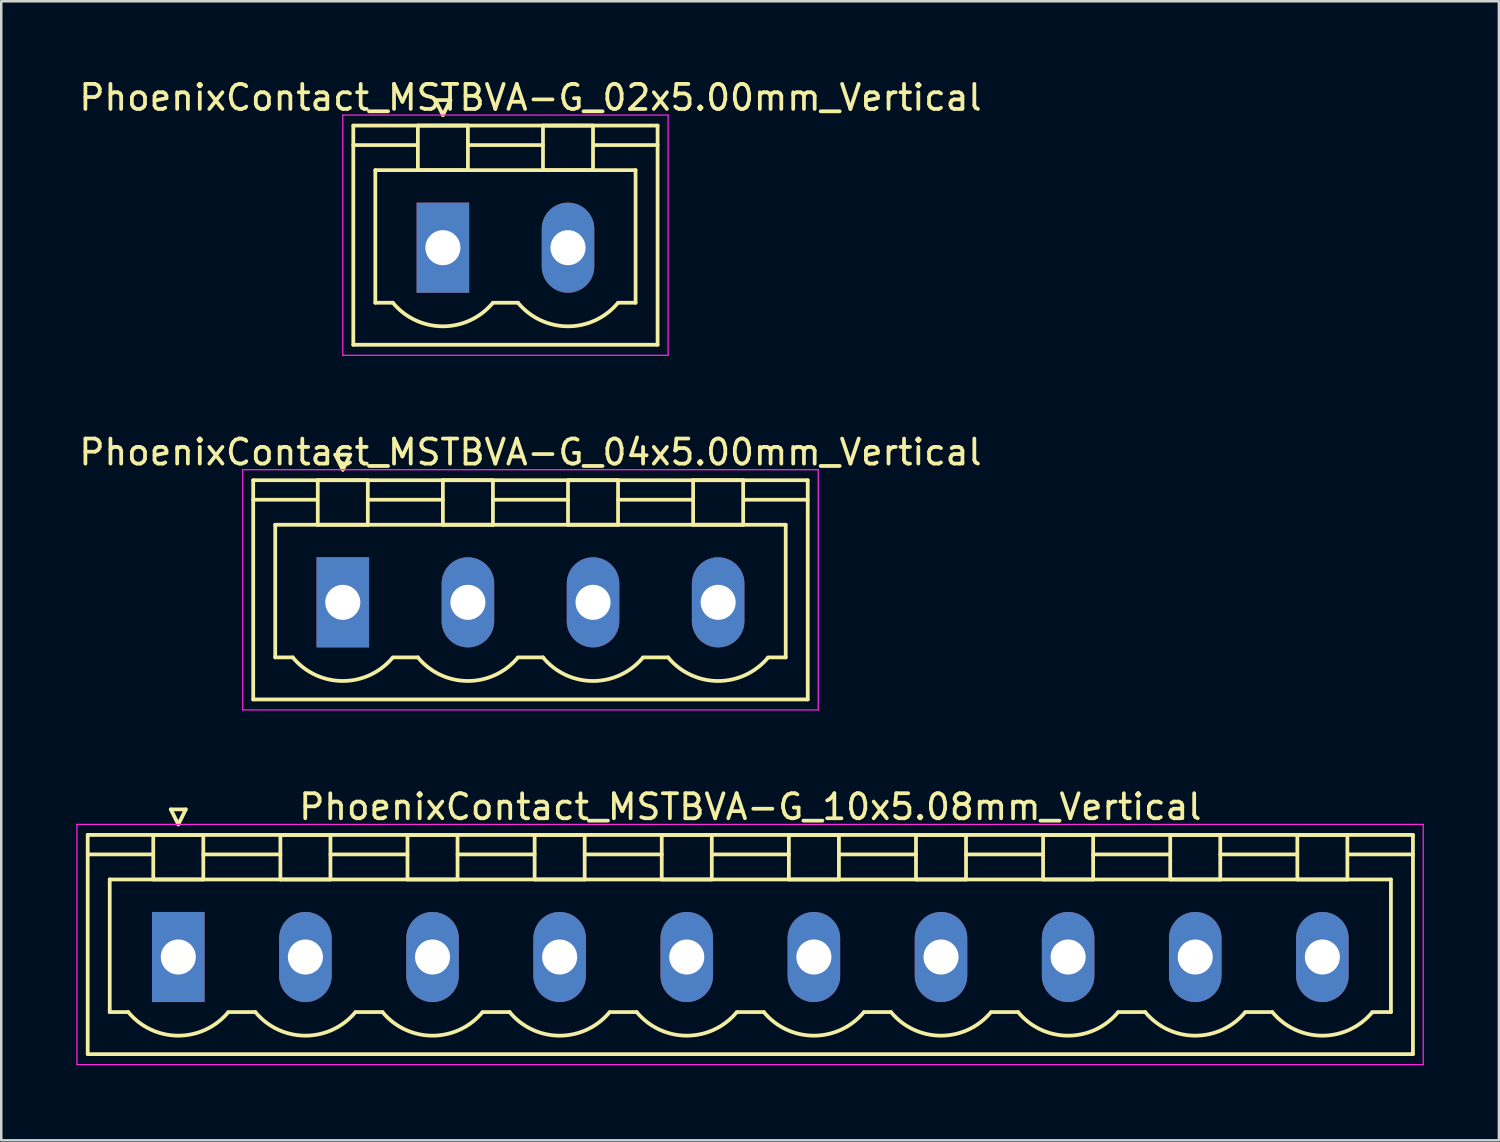
<source format=kicad_pcb>
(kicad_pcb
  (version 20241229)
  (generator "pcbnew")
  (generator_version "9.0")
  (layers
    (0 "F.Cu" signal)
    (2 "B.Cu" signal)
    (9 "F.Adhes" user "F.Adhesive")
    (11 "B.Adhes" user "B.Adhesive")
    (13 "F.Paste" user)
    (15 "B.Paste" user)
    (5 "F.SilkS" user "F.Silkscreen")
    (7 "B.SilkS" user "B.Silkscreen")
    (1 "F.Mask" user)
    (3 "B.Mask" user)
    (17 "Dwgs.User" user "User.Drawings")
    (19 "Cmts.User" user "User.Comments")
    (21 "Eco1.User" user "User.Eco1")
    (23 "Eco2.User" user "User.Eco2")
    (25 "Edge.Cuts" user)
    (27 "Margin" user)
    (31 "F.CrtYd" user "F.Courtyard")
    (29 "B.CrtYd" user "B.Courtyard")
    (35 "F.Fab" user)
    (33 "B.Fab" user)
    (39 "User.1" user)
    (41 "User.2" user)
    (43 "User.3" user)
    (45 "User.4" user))
  (footprint "PhoenixContact_MSTBVA-G_04x5.00mm_Vertical"
    (layer "F.Cu")
    (at 10.649 21.021)
    (property "Reference" "PhoenixContact_MSTBVA-G_04x5.00mm_Vertical" (at 7.5 -6 0) (layer "F.SilkS") (effects (font (size 1 1) (thickness 0.15))))
    (attr through_hole)
    (fp_line (start -3.58 -4.88) (end -3.58 3.88) (stroke (width 0.15) (type solid)) (layer "F.SilkS"))
    (fp_line (start -3.58 -4.1) (end -1.08 -4.1) (stroke (width 0.15) (type solid)) (layer "F.SilkS"))
    (fp_line (start -3.58 3.88) (end 18.58 3.88) (stroke (width 0.15) (type solid)) (layer "F.SilkS"))
    (fp_line (start -2.7 -3.1) (end 17.7 -3.1) (stroke (width 0.15) (type solid)) (layer "F.SilkS"))
    (fp_line (start -2.7 2.2) (end -2.7 -3.1) (stroke (width 0.15) (type solid)) (layer "F.SilkS"))
    (fp_line (start -2 2.2) (end -2.7 2.2) (stroke (width 0.15) (type solid)) (layer "F.SilkS"))
    (fp_line (start -1 -4.88) (end 1 -4.88) (stroke (width 0.15) (type solid)) (layer "F.SilkS"))
    (fp_line (start -1 -3.1) (end -1 -4.88) (stroke (width 0.15) (type solid)) (layer "F.SilkS"))
    (fp_line (start -0.3 -5.9) (end 0 -5.3) (stroke (width 0.15) (type solid)) (layer "F.SilkS"))
    (fp_line (start 0 -5.3) (end 0.3 -5.9) (stroke (width 0.15) (type solid)) (layer "F.SilkS"))
    (fp_line (start 0.3 -5.9) (end -0.3 -5.9) (stroke (width 0.15) (type solid)) (layer "F.SilkS"))
    (fp_line (start 1 -4.88) (end 1 -3.1) (stroke (width 0.15) (type solid)) (layer "F.SilkS"))
    (fp_line (start 1 -4.1) (end 4 -4.1) (stroke (width 0.15) (type solid)) (layer "F.SilkS"))
    (fp_line (start 1 -3.1) (end -1 -3.1) (stroke (width 0.15) (type solid)) (layer "F.SilkS"))
    (fp_line (start 2 2.2) (end 3 2.2) (stroke (width 0.15) (type solid)) (layer "F.SilkS"))
    (fp_line (start 4 -4.88) (end 6 -4.88) (stroke (width 0.15) (type solid)) (layer "F.SilkS"))
    (fp_line (start 4 -3.1) (end 4 -4.88) (stroke (width 0.15) (type solid)) (layer "F.SilkS"))
    (fp_line (start 6 -4.88) (end 6 -3.1) (stroke (width 0.15) (type solid)) (layer "F.SilkS"))
    (fp_line (start 6 -4.1) (end 9 -4.1) (stroke (width 0.15) (type solid)) (layer "F.SilkS"))
    (fp_line (start 6 -3.1) (end 4 -3.1) (stroke (width 0.15) (type solid)) (layer "F.SilkS"))
    (fp_line (start 7 2.2) (end 8 2.2) (stroke (width 0.15) (type solid)) (layer "F.SilkS"))
    (fp_line (start 9 -4.88) (end 11 -4.88) (stroke (width 0.15) (type solid)) (layer "F.SilkS"))
    (fp_line (start 9 -3.1) (end 9 -4.88) (stroke (width 0.15) (type solid)) (layer "F.SilkS"))
    (fp_line (start 11 -4.88) (end 11 -3.1) (stroke (width 0.15) (type solid)) (layer "F.SilkS"))
    (fp_line (start 11 -4.1) (end 14 -4.1) (stroke (width 0.15) (type solid)) (layer "F.SilkS"))
    (fp_line (start 11 -3.1) (end 9 -3.1) (stroke (width 0.15) (type solid)) (layer "F.SilkS"))
    (fp_line (start 12 2.2) (end 13 2.2) (stroke (width 0.15) (type solid)) (layer "F.SilkS"))
    (fp_line (start 14 -4.88) (end 16 -4.88) (stroke (width 0.15) (type solid)) (layer "F.SilkS"))
    (fp_line (start 14 -3.1) (end 14 -4.88) (stroke (width 0.15) (type solid)) (layer "F.SilkS"))
    (fp_line (start 16 -4.88) (end 16 -3.1) (stroke (width 0.15) (type solid)) (layer "F.SilkS"))
    (fp_line (start 16 -3.1) (end 14 -3.1) (stroke (width 0.15) (type solid)) (layer "F.SilkS"))
    (fp_line (start 17.7 -3.1) (end 17.7 2.2) (stroke (width 0.15) (type solid)) (layer "F.SilkS"))
    (fp_line (start 17.7 2.2) (end 17 2.2) (stroke (width 0.15) (type solid)) (layer "F.SilkS"))
    (fp_line (start 18.58 -4.88) (end -3.58 -4.88) (stroke (width 0.15) (type solid)) (layer "F.SilkS"))
    (fp_line (start 18.58 -4.1) (end 16.08 -4.1) (stroke (width 0.15) (type solid)) (layer "F.SilkS"))
    (fp_line (start 18.58 3.88) (end 18.58 -4.88) (stroke (width 0.15) (type solid)) (layer "F.SilkS"))
    (fp_arc (start 1.986842 2.215821) (mid -0.010289 3.142758) (end -2 2.2) (stroke (width 0.15) (type solid)) (layer "F.SilkS"))
    (fp_arc (start 6.986842 2.215821) (mid 4.989711 3.142758) (end 3 2.2) (stroke (width 0.15) (type solid)) (layer "F.SilkS"))
    (fp_arc (start 11.986842 2.215821) (mid 9.989711 3.142758) (end 8 2.2) (stroke (width 0.15) (type solid)) (layer "F.SilkS"))
    (fp_arc (start 16.986842 2.215821) (mid 14.989711 3.142758) (end 13 2.2) (stroke (width 0.15) (type solid)) (layer "F.SilkS"))
    (fp_line (start -4 -5.3) (end -4 4.3) (stroke (width 0.05) (type solid)) (layer "F.CrtYd"))
    (fp_line (start -4 4.3) (end 19 4.3) (stroke (width 0.05) (type solid)) (layer "F.CrtYd"))
    (fp_line (start 19 -5.3) (end -4 -5.3) (stroke (width 0.05) (type solid)) (layer "F.CrtYd"))
    (fp_line (start 19 4.3) (end 19 -5.3) (stroke (width 0.05) (type solid)) (layer "F.CrtYd"))
    (pad "1" thru_hole rect (at 0 0) (size 2.1 3.6) (drill 1.4) (layers "*.Cu" "*.Mask"))
    (pad "2" thru_hole oval (at 5 0) (size 2.1 3.6) (drill 1.4) (layers "*.Cu" "*.Mask"))
    (pad "3" thru_hole oval (at 10 0) (size 2.1 3.6) (drill 1.4) (layers "*.Cu" "*.Mask"))
    (pad "4" thru_hole oval (at 15 0) (size 2.1 3.6) (drill 1.4) (layers "*.Cu" "*.Mask")))
  (footprint "PhoenixContact_MSTBVA-G_10x5.08mm_Vertical"
    (layer "F.Cu")
    (at 4.075 35.195)
    (property "Reference" "PhoenixContact_MSTBVA-G_10x5.08mm_Vertical" (at 22.86 -6 0) (layer "F.SilkS") (effects (font (size 1 1) (thickness 0.15))))
    (attr through_hole)
    (fp_line (start -3.62 -4.88) (end -3.62 3.88) (stroke (width 0.15) (type solid)) (layer "F.SilkS"))
    (fp_line (start -3.62 -4.1) (end -1.08 -4.1) (stroke (width 0.15) (type solid)) (layer "F.SilkS"))
    (fp_line (start -3.62 3.88) (end 49.34 3.88) (stroke (width 0.15) (type solid)) (layer "F.SilkS"))
    (fp_line (start -2.74 -3.1) (end 48.46 -3.1) (stroke (width 0.15) (type solid)) (layer "F.SilkS"))
    (fp_line (start -2.74 2.2) (end -2.74 -3.1) (stroke (width 0.15) (type solid)) (layer "F.SilkS"))
    (fp_line (start -2 2.2) (end -2.74 2.2) (stroke (width 0.15) (type solid)) (layer "F.SilkS"))
    (fp_line (start -1 -4.88) (end 1 -4.88) (stroke (width 0.15) (type solid)) (layer "F.SilkS"))
    (fp_line (start -1 -3.1) (end -1 -4.88) (stroke (width 0.15) (type solid)) (layer "F.SilkS"))
    (fp_line (start -0.3 -5.9) (end 0 -5.3) (stroke (width 0.15) (type solid)) (layer "F.SilkS"))
    (fp_line (start 0 -5.3) (end 0.3 -5.9) (stroke (width 0.15) (type solid)) (layer "F.SilkS"))
    (fp_line (start 0.3 -5.9) (end -0.3 -5.9) (stroke (width 0.15) (type solid)) (layer "F.SilkS"))
    (fp_line (start 1 -4.88) (end 1 -3.1) (stroke (width 0.15) (type solid)) (layer "F.SilkS"))
    (fp_line (start 1 -4.1) (end 4.08 -4.1) (stroke (width 0.15) (type solid)) (layer "F.SilkS"))
    (fp_line (start 1 -3.1) (end -1 -3.1) (stroke (width 0.15) (type solid)) (layer "F.SilkS"))
    (fp_line (start 2 2.2) (end 3.08 2.2) (stroke (width 0.15) (type solid)) (layer "F.SilkS"))
    (fp_line (start 4.08 -4.88) (end 6.08 -4.88) (stroke (width 0.15) (type solid)) (layer "F.SilkS"))
    (fp_line (start 4.08 -3.1) (end 4.08 -4.88) (stroke (width 0.15) (type solid)) (layer "F.SilkS"))
    (fp_line (start 6.08 -4.88) (end 6.08 -3.1) (stroke (width 0.15) (type solid)) (layer "F.SilkS"))
    (fp_line (start 6.08 -4.1) (end 9.16 -4.1) (stroke (width 0.15) (type solid)) (layer "F.SilkS"))
    (fp_line (start 6.08 -3.1) (end 4.08 -3.1) (stroke (width 0.15) (type solid)) (layer "F.SilkS"))
    (fp_line (start 7.08 2.2) (end 8.16 2.2) (stroke (width 0.15) (type solid)) (layer "F.SilkS"))
    (fp_line (start 9.16 -4.88) (end 11.16 -4.88) (stroke (width 0.15) (type solid)) (layer "F.SilkS"))
    (fp_line (start 9.16 -3.1) (end 9.16 -4.88) (stroke (width 0.15) (type solid)) (layer "F.SilkS"))
    (fp_line (start 11.16 -4.88) (end 11.16 -3.1) (stroke (width 0.15) (type solid)) (layer "F.SilkS"))
    (fp_line (start 11.16 -4.1) (end 14.24 -4.1) (stroke (width 0.15) (type solid)) (layer "F.SilkS"))
    (fp_line (start 11.16 -3.1) (end 9.16 -3.1) (stroke (width 0.15) (type solid)) (layer "F.SilkS"))
    (fp_line (start 12.16 2.2) (end 13.24 2.2) (stroke (width 0.15) (type solid)) (layer "F.SilkS"))
    (fp_line (start 14.24 -4.88) (end 16.24 -4.88) (stroke (width 0.15) (type solid)) (layer "F.SilkS"))
    (fp_line (start 14.24 -3.1) (end 14.24 -4.88) (stroke (width 0.15) (type solid)) (layer "F.SilkS"))
    (fp_line (start 16.24 -4.88) (end 16.24 -3.1) (stroke (width 0.15) (type solid)) (layer "F.SilkS"))
    (fp_line (start 16.24 -4.1) (end 19.32 -4.1) (stroke (width 0.15) (type solid)) (layer "F.SilkS"))
    (fp_line (start 16.24 -3.1) (end 14.24 -3.1) (stroke (width 0.15) (type solid)) (layer "F.SilkS"))
    (fp_line (start 17.24 2.2) (end 18.32 2.2) (stroke (width 0.15) (type solid)) (layer "F.SilkS"))
    (fp_line (start 19.32 -4.88) (end 21.32 -4.88) (stroke (width 0.15) (type solid)) (layer "F.SilkS"))
    (fp_line (start 19.32 -3.1) (end 19.32 -4.88) (stroke (width 0.15) (type solid)) (layer "F.SilkS"))
    (fp_line (start 21.32 -4.88) (end 21.32 -3.1) (stroke (width 0.15) (type solid)) (layer "F.SilkS"))
    (fp_line (start 21.32 -4.1) (end 24.4 -4.1) (stroke (width 0.15) (type solid)) (layer "F.SilkS"))
    (fp_line (start 21.32 -3.1) (end 19.32 -3.1) (stroke (width 0.15) (type solid)) (layer "F.SilkS"))
    (fp_line (start 22.32 2.2) (end 23.4 2.2) (stroke (width 0.15) (type solid)) (layer "F.SilkS"))
    (fp_line (start 24.4 -4.88) (end 26.4 -4.88) (stroke (width 0.15) (type solid)) (layer "F.SilkS"))
    (fp_line (start 24.4 -3.1) (end 24.4 -4.88) (stroke (width 0.15) (type solid)) (layer "F.SilkS"))
    (fp_line (start 26.4 -4.88) (end 26.4 -3.1) (stroke (width 0.15) (type solid)) (layer "F.SilkS"))
    (fp_line (start 26.4 -4.1) (end 29.48 -4.1) (stroke (width 0.15) (type solid)) (layer "F.SilkS"))
    (fp_line (start 26.4 -3.1) (end 24.4 -3.1) (stroke (width 0.15) (type solid)) (layer "F.SilkS"))
    (fp_line (start 27.4 2.2) (end 28.48 2.2) (stroke (width 0.15) (type solid)) (layer "F.SilkS"))
    (fp_line (start 29.48 -4.88) (end 31.48 -4.88) (stroke (width 0.15) (type solid)) (layer "F.SilkS"))
    (fp_line (start 29.48 -3.1) (end 29.48 -4.88) (stroke (width 0.15) (type solid)) (layer "F.SilkS"))
    (fp_line (start 31.48 -4.88) (end 31.48 -3.1) (stroke (width 0.15) (type solid)) (layer "F.SilkS"))
    (fp_line (start 31.48 -4.1) (end 34.56 -4.1) (stroke (width 0.15) (type solid)) (layer "F.SilkS"))
    (fp_line (start 31.48 -3.1) (end 29.48 -3.1) (stroke (width 0.15) (type solid)) (layer "F.SilkS"))
    (fp_line (start 32.48 2.2) (end 33.56 2.2) (stroke (width 0.15) (type solid)) (layer "F.SilkS"))
    (fp_line (start 34.56 -4.88) (end 36.56 -4.88) (stroke (width 0.15) (type solid)) (layer "F.SilkS"))
    (fp_line (start 34.56 -3.1) (end 34.56 -4.88) (stroke (width 0.15) (type solid)) (layer "F.SilkS"))
    (fp_line (start 36.56 -4.88) (end 36.56 -3.1) (stroke (width 0.15) (type solid)) (layer "F.SilkS"))
    (fp_line (start 36.56 -4.1) (end 39.64 -4.1) (stroke (width 0.15) (type solid)) (layer "F.SilkS"))
    (fp_line (start 36.56 -3.1) (end 34.56 -3.1) (stroke (width 0.15) (type solid)) (layer "F.SilkS"))
    (fp_line (start 37.56 2.2) (end 38.64 2.2) (stroke (width 0.15) (type solid)) (layer "F.SilkS"))
    (fp_line (start 39.64 -4.88) (end 41.64 -4.88) (stroke (width 0.15) (type solid)) (layer "F.SilkS"))
    (fp_line (start 39.64 -3.1) (end 39.64 -4.88) (stroke (width 0.15) (type solid)) (layer "F.SilkS"))
    (fp_line (start 41.64 -4.88) (end 41.64 -3.1) (stroke (width 0.15) (type solid)) (layer "F.SilkS"))
    (fp_line (start 41.64 -4.1) (end 44.72 -4.1) (stroke (width 0.15) (type solid)) (layer "F.SilkS"))
    (fp_line (start 41.64 -3.1) (end 39.64 -3.1) (stroke (width 0.15) (type solid)) (layer "F.SilkS"))
    (fp_line (start 42.64 2.2) (end 43.72 2.2) (stroke (width 0.15) (type solid)) (layer "F.SilkS"))
    (fp_line (start 44.72 -4.88) (end 46.72 -4.88) (stroke (width 0.15) (type solid)) (layer "F.SilkS"))
    (fp_line (start 44.72 -3.1) (end 44.72 -4.88) (stroke (width 0.15) (type solid)) (layer "F.SilkS"))
    (fp_line (start 46.72 -4.88) (end 46.72 -3.1) (stroke (width 0.15) (type solid)) (layer "F.SilkS"))
    (fp_line (start 46.72 -3.1) (end 44.72 -3.1) (stroke (width 0.15) (type solid)) (layer "F.SilkS"))
    (fp_line (start 48.46 -3.1) (end 48.46 2.2) (stroke (width 0.15) (type solid)) (layer "F.SilkS"))
    (fp_line (start 48.46 2.2) (end 47.72 2.2) (stroke (width 0.15) (type solid)) (layer "F.SilkS"))
    (fp_line (start 49.34 -4.88) (end -3.62 -4.88) (stroke (width 0.15) (type solid)) (layer "F.SilkS"))
    (fp_line (start 49.34 -4.1) (end 46.8 -4.1) (stroke (width 0.15) (type solid)) (layer "F.SilkS"))
    (fp_line (start 49.34 3.88) (end 49.34 -4.88) (stroke (width 0.15) (type solid)) (layer "F.SilkS"))
    (fp_arc (start 1.986842 2.215821) (mid -0.010289 3.142758) (end -2 2.2) (stroke (width 0.15) (type solid)) (layer "F.SilkS"))
    (fp_arc (start 7.066842 2.215821) (mid 5.069711 3.142758) (end 3.08 2.2) (stroke (width 0.15) (type solid)) (layer "F.SilkS"))
    (fp_arc (start 12.146842 2.215821) (mid 10.149711 3.142758) (end 8.16 2.2) (stroke (width 0.15) (type solid)) (layer "F.SilkS"))
    (fp_arc (start 17.226842 2.215821) (mid 15.229711 3.142758) (end 13.24 2.2) (stroke (width 0.15) (type solid)) (layer "F.SilkS"))
    (fp_arc (start 22.306842 2.215821) (mid 20.309711 3.142758) (end 18.32 2.2) (stroke (width 0.15) (type solid)) (layer "F.SilkS"))
    (fp_arc (start 27.386842 2.215821) (mid 25.389711 3.142758) (end 23.4 2.2) (stroke (width 0.15) (type solid)) (layer "F.SilkS"))
    (fp_arc (start 32.466842 2.215821) (mid 30.469711 3.142758) (end 28.48 2.2) (stroke (width 0.15) (type solid)) (layer "F.SilkS"))
    (fp_arc (start 37.546842 2.215821) (mid 35.549711 3.142758) (end 33.56 2.2) (stroke (width 0.15) (type solid)) (layer "F.SilkS"))
    (fp_arc (start 42.626842 2.215821) (mid 40.629711 3.142758) (end 38.64 2.2) (stroke (width 0.15) (type solid)) (layer "F.SilkS"))
    (fp_arc (start 47.706842 2.215821) (mid 45.709711 3.142758) (end 43.72 2.2) (stroke (width 0.15) (type solid)) (layer "F.SilkS"))
    (fp_line (start -4.05 -5.3) (end -4.05 4.3) (stroke (width 0.05) (type solid)) (layer "F.CrtYd"))
    (fp_line (start -4.05 4.3) (end 49.75 4.3) (stroke (width 0.05) (type solid)) (layer "F.CrtYd"))
    (fp_line (start 49.75 -5.3) (end -4.05 -5.3) (stroke (width 0.05) (type solid)) (layer "F.CrtYd"))
    (fp_line (start 49.75 4.3) (end 49.75 -5.3) (stroke (width 0.05) (type solid)) (layer "F.CrtYd"))
    (pad "1" thru_hole rect (at 0 0) (size 2.1 3.6) (drill 1.4) (layers "*.Cu" "*.Mask"))
    (pad "2" thru_hole oval (at 5.08 0) (size 2.1 3.6) (drill 1.4) (layers "*.Cu" "*.Mask"))
    (pad "3" thru_hole oval (at 10.16 0) (size 2.1 3.6) (drill 1.4) (layers "*.Cu" "*.Mask"))
    (pad "4" thru_hole oval (at 15.24 0) (size 2.1 3.6) (drill 1.4) (layers "*.Cu" "*.Mask"))
    (pad "5" thru_hole oval (at 20.32 0) (size 2.1 3.6) (drill 1.4) (layers "*.Cu" "*.Mask"))
    (pad "6" thru_hole oval (at 25.4 0) (size 2.1 3.6) (drill 1.4) (layers "*.Cu" "*.Mask"))
    (pad "7" thru_hole oval (at 30.48 0) (size 2.1 3.6) (drill 1.4) (layers "*.Cu" "*.Mask"))
    (pad "8" thru_hole oval (at 35.56 0) (size 2.1 3.6) (drill 1.4) (layers "*.Cu" "*.Mask"))
    (pad "9" thru_hole oval (at 40.64 0) (size 2.1 3.6) (drill 1.4) (layers "*.Cu" "*.Mask"))
    (pad "10" thru_hole oval (at 45.72 0) (size 2.1 3.6) (drill 1.4) (layers "*.Cu" "*.Mask")))
  (footprint "PhoenixContact_MSTBVA-G_02x5.00mm_Vertical"
    (layer "F.Cu")
    (at 14.649 6.848)
    (property "Reference" "PhoenixContact_MSTBVA-G_02x5.00mm_Vertical" (at 3.5 -6 0) (layer "F.SilkS") (effects (font (size 1 1) (thickness 0.15))))
    (attr through_hole)
    (fp_line (start -3.58 -4.88) (end -3.58 3.88) (stroke (width 0.15) (type solid)) (layer "F.SilkS"))
    (fp_line (start -3.58 -4.1) (end -1.08 -4.1) (stroke (width 0.15) (type solid)) (layer "F.SilkS"))
    (fp_line (start -3.58 3.88) (end 8.58 3.88) (stroke (width 0.15) (type solid)) (layer "F.SilkS"))
    (fp_line (start -2.7 -3.1) (end 7.7 -3.1) (stroke (width 0.15) (type solid)) (layer "F.SilkS"))
    (fp_line (start -2.7 2.2) (end -2.7 -3.1) (stroke (width 0.15) (type solid)) (layer "F.SilkS"))
    (fp_line (start -2 2.2) (end -2.7 2.2) (stroke (width 0.15) (type solid)) (layer "F.SilkS"))
    (fp_line (start -1 -4.88) (end 1 -4.88) (stroke (width 0.15) (type solid)) (layer "F.SilkS"))
    (fp_line (start -1 -3.1) (end -1 -4.88) (stroke (width 0.15) (type solid)) (layer "F.SilkS"))
    (fp_line (start -0.3 -5.9) (end 0 -5.3) (stroke (width 0.15) (type solid)) (layer "F.SilkS"))
    (fp_line (start 0 -5.3) (end 0.3 -5.9) (stroke (width 0.15) (type solid)) (layer "F.SilkS"))
    (fp_line (start 0.3 -5.9) (end -0.3 -5.9) (stroke (width 0.15) (type solid)) (layer "F.SilkS"))
    (fp_line (start 1 -4.88) (end 1 -3.1) (stroke (width 0.15) (type solid)) (layer "F.SilkS"))
    (fp_line (start 1 -4.1) (end 4 -4.1) (stroke (width 0.15) (type solid)) (layer "F.SilkS"))
    (fp_line (start 1 -3.1) (end -1 -3.1) (stroke (width 0.15) (type solid)) (layer "F.SilkS"))
    (fp_line (start 2 2.2) (end 3 2.2) (stroke (width 0.15) (type solid)) (layer "F.SilkS"))
    (fp_line (start 4 -4.88) (end 6 -4.88) (stroke (width 0.15) (type solid)) (layer "F.SilkS"))
    (fp_line (start 4 -3.1) (end 4 -4.88) (stroke (width 0.15) (type solid)) (layer "F.SilkS"))
    (fp_line (start 6 -4.88) (end 6 -3.1) (stroke (width 0.15) (type solid)) (layer "F.SilkS"))
    (fp_line (start 6 -3.1) (end 4 -3.1) (stroke (width 0.15) (type solid)) (layer "F.SilkS"))
    (fp_line (start 7.7 -3.1) (end 7.7 2.2) (stroke (width 0.15) (type solid)) (layer "F.SilkS"))
    (fp_line (start 7.7 2.2) (end 7 2.2) (stroke (width 0.15) (type solid)) (layer "F.SilkS"))
    (fp_line (start 8.58 -4.88) (end -3.58 -4.88) (stroke (width 0.15) (type solid)) (layer "F.SilkS"))
    (fp_line (start 8.58 -4.1) (end 6.08 -4.1) (stroke (width 0.15) (type solid)) (layer "F.SilkS"))
    (fp_line (start 8.58 3.88) (end 8.58 -4.88) (stroke (width 0.15) (type solid)) (layer "F.SilkS"))
    (fp_arc (start 1.986842 2.215821) (mid -0.010289 3.142758) (end -2 2.2) (stroke (width 0.15) (type solid)) (layer "F.SilkS"))
    (fp_arc (start 6.986842 2.215821) (mid 4.989711 3.142758) (end 3 2.2) (stroke (width 0.15) (type solid)) (layer "F.SilkS"))
    (fp_line (start -4 -5.3) (end -4 4.3) (stroke (width 0.05) (type solid)) (layer "F.CrtYd"))
    (fp_line (start -4 4.3) (end 9 4.3) (stroke (width 0.05) (type solid)) (layer "F.CrtYd"))
    (fp_line (start 9 -5.3) (end -4 -5.3) (stroke (width 0.05) (type solid)) (layer "F.CrtYd"))
    (fp_line (start 9 4.3) (end 9 -5.3) (stroke (width 0.05) (type solid)) (layer "F.CrtYd"))
    (pad "1" thru_hole rect (at 0 0) (size 2.1 3.6) (drill 1.4) (layers "*.Cu" "*.Mask"))
    (pad "2" thru_hole oval (at 5 0) (size 2.1 3.6) (drill 1.4) (layers "*.Cu" "*.Mask")))
  (gr_rect
    (start -3 -3)
    (end 56.85 42.52)
    (stroke (width 0.1) (type default))
    (fill no)
    (layer "Edge.Cuts")))
</source>
